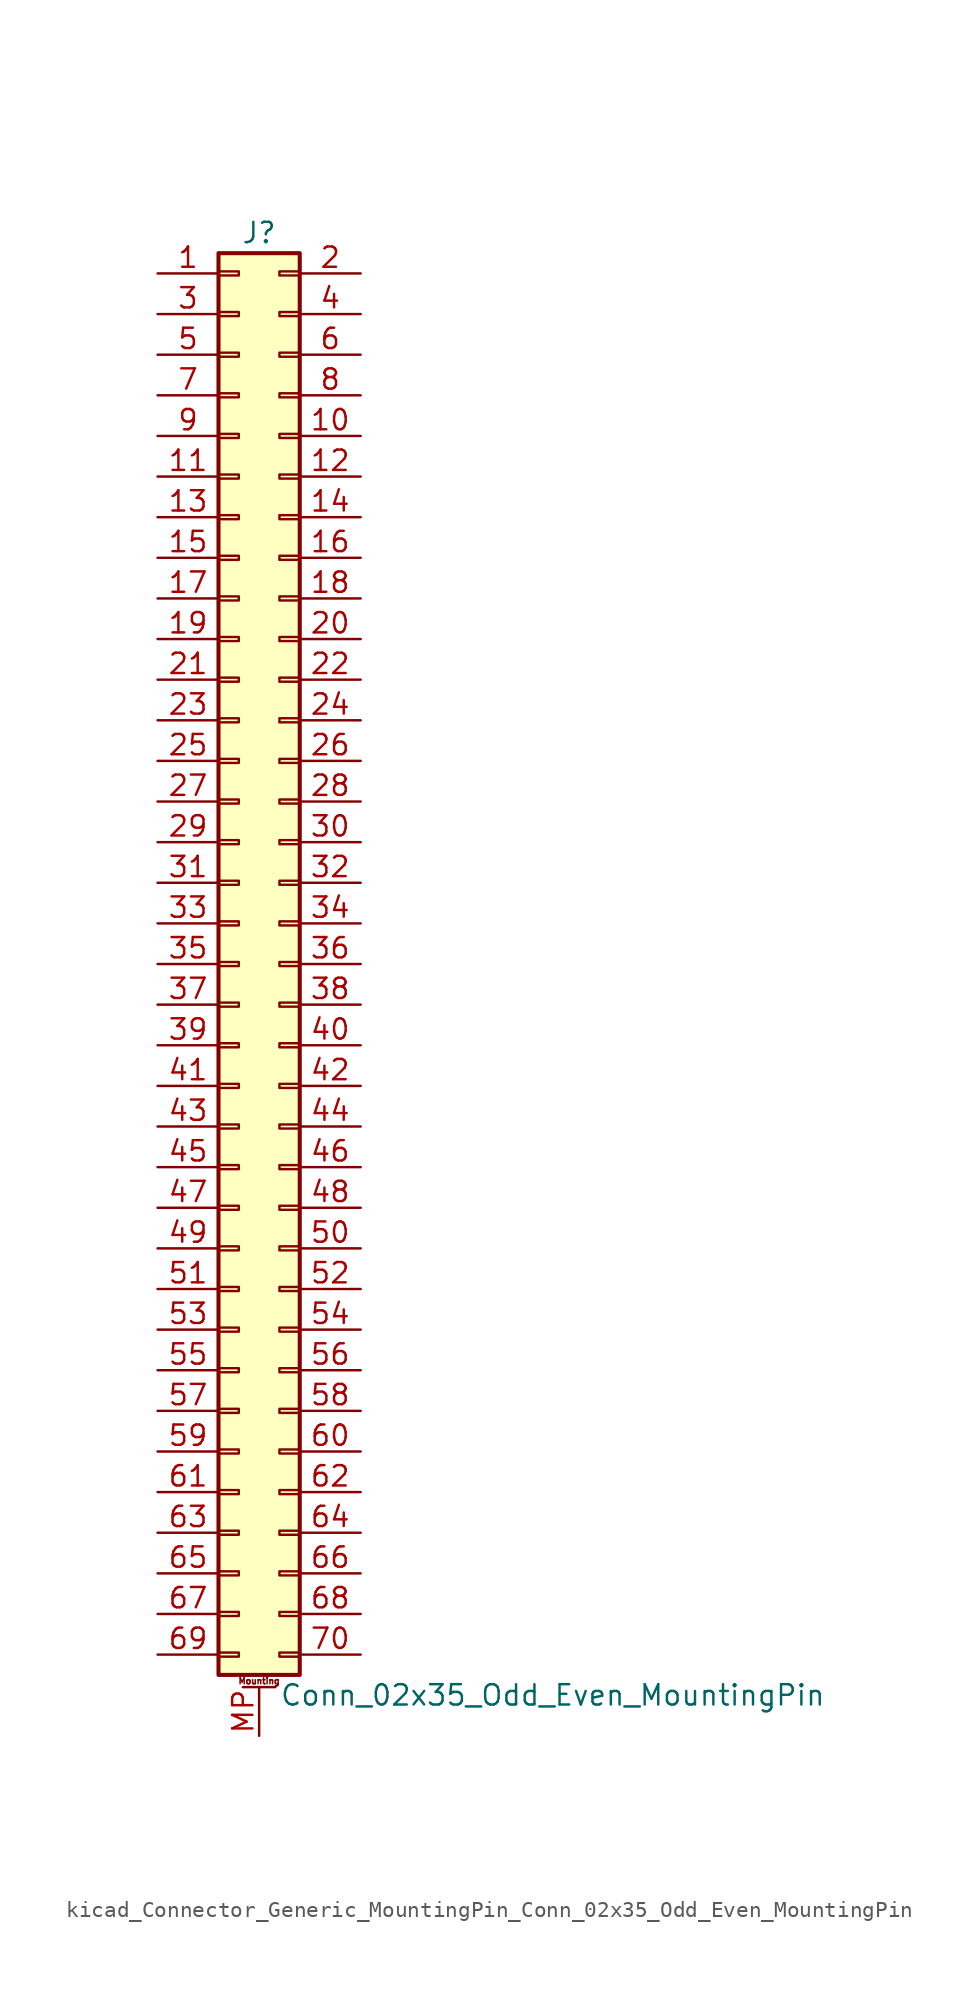
<source format=kicad_sym>
(kicad_symbol_lib
  (version 20220914)
  (generator kicad_symbol_editor)
  (symbol "kicad_Connector_Generic_MountingPin_Conn_02x35_Odd_Even_MountingPin"
    (pin_names
      (offset 1.016) hide)
    (property "Reference" "J"
      (at 1.27 45.72 0)
      (effects (font (size 1.27 1.27))))
    (property "Value" "Conn_02x35_Odd_Even_MountingPin"
      (at 2.54 -45.72 0)
      (effects (font (size 1.27 1.27)) (justify left)))
    (symbol "kicad_Connector_Generic_MountingPin_Conn_02x35_Odd_Even_MountingPin_1_1"
      (rectangle (start -1.27 -43.053) (end 0 -43.307) (stroke (width 0.152) (type default)) (fill (type none)))
      (rectangle (start -1.27 -40.513) (end 0 -40.767) (stroke (width 0.152) (type default)) (fill (type none)))
      (rectangle (start -1.27 -37.973) (end 0 -38.227) (stroke (width 0.152) (type default)) (fill (type none)))
      (rectangle (start -1.27 -35.433) (end 0 -35.687) (stroke (width 0.152) (type default)) (fill (type none)))
      (rectangle (start -1.27 -32.893) (end 0 -33.147) (stroke (width 0.152) (type default)) (fill (type none)))
      (rectangle (start -1.27 -30.353) (end 0 -30.607) (stroke (width 0.152) (type default)) (fill (type none)))
      (rectangle (start -1.27 -27.813) (end 0 -28.067) (stroke (width 0.152) (type default)) (fill (type none)))
      (rectangle (start -1.27 -25.273) (end 0 -25.527) (stroke (width 0.152) (type default)) (fill (type none)))
      (rectangle (start -1.27 -22.733) (end 0 -22.987) (stroke (width 0.152) (type default)) (fill (type none)))
      (rectangle (start -1.27 -20.193) (end 0 -20.447) (stroke (width 0.152) (type default)) (fill (type none)))
      (rectangle (start -1.27 -17.653) (end 0 -17.907) (stroke (width 0.152) (type default)) (fill (type none)))
      (rectangle (start -1.27 -15.113) (end 0 -15.367) (stroke (width 0.152) (type default)) (fill (type none)))
      (rectangle (start -1.27 -12.573) (end 0 -12.827) (stroke (width 0.152) (type default)) (fill (type none)))
      (rectangle (start -1.27 -10.033) (end 0 -10.287) (stroke (width 0.152) (type default)) (fill (type none)))
      (rectangle (start -1.27 -7.493) (end 0 -7.747) (stroke (width 0.152) (type default)) (fill (type none)))
      (rectangle (start -1.27 -4.953) (end 0 -5.207) (stroke (width 0.152) (type default)) (fill (type none)))
      (rectangle (start -1.27 -2.413) (end 0 -2.667) (stroke (width 0.152) (type default)) (fill (type none)))
      (rectangle (start -1.27 0.127) (end 0 -0.127) (stroke (width 0.152) (type default)) (fill (type none)))
      (rectangle (start -1.27 2.667) (end 0 2.413) (stroke (width 0.152) (type default)) (fill (type none)))
      (rectangle (start -1.27 5.207) (end 0 4.953) (stroke (width 0.152) (type default)) (fill (type none)))
      (rectangle (start -1.27 7.747) (end 0 7.493) (stroke (width 0.152) (type default)) (fill (type none)))
      (rectangle (start -1.27 10.287) (end 0 10.033) (stroke (width 0.152) (type default)) (fill (type none)))
      (rectangle (start -1.27 12.827) (end 0 12.573) (stroke (width 0.152) (type default)) (fill (type none)))
      (rectangle (start -1.27 15.367) (end 0 15.113) (stroke (width 0.152) (type default)) (fill (type none)))
      (rectangle (start -1.27 17.907) (end 0 17.653) (stroke (width 0.152) (type default)) (fill (type none)))
      (rectangle (start -1.27 20.447) (end 0 20.193) (stroke (width 0.152) (type default)) (fill (type none)))
      (rectangle (start -1.27 22.987) (end 0 22.733) (stroke (width 0.152) (type default)) (fill (type none)))
      (rectangle (start -1.27 25.527) (end 0 25.273) (stroke (width 0.152) (type default)) (fill (type none)))
      (rectangle (start -1.27 28.067) (end 0 27.813) (stroke (width 0.152) (type default)) (fill (type none)))
      (rectangle (start -1.27 30.607) (end 0 30.353) (stroke (width 0.152) (type default)) (fill (type none)))
      (rectangle (start -1.27 33.147) (end 0 32.893) (stroke (width 0.152) (type default)) (fill (type none)))
      (rectangle (start -1.27 35.687) (end 0 35.433) (stroke (width 0.152) (type default)) (fill (type none)))
      (rectangle (start -1.27 38.227) (end 0 37.973) (stroke (width 0.152) (type default)) (fill (type none)))
      (rectangle (start -1.27 40.767) (end 0 40.513) (stroke (width 0.152) (type default)) (fill (type none)))
      (rectangle (start -1.27 43.307) (end 0 43.053) (stroke (width 0.152) (type default)) (fill (type none)))
      (rectangle (start -1.27 44.45) (end 3.81 -44.45) (stroke (width 0.254) (type default)) (fill (type background)))
      (polyline (pts (xy 0.254 -45.212) (xy 2.286 -45.212)) (stroke (width 0.152) (type default)) (fill (type none)))
      (rectangle (start 3.81 -43.053) (end 2.54 -43.307) (stroke (width 0.152) (type default)) (fill (type none)))
      (rectangle (start 3.81 -40.513) (end 2.54 -40.767) (stroke (width 0.152) (type default)) (fill (type none)))
      (rectangle (start 3.81 -37.973) (end 2.54 -38.227) (stroke (width 0.152) (type default)) (fill (type none)))
      (rectangle (start 3.81 -35.433) (end 2.54 -35.687) (stroke (width 0.152) (type default)) (fill (type none)))
      (rectangle (start 3.81 -32.893) (end 2.54 -33.147) (stroke (width 0.152) (type default)) (fill (type none)))
      (rectangle (start 3.81 -30.353) (end 2.54 -30.607) (stroke (width 0.152) (type default)) (fill (type none)))
      (rectangle (start 3.81 -27.813) (end 2.54 -28.067) (stroke (width 0.152) (type default)) (fill (type none)))
      (rectangle (start 3.81 -25.273) (end 2.54 -25.527) (stroke (width 0.152) (type default)) (fill (type none)))
      (rectangle (start 3.81 -22.733) (end 2.54 -22.987) (stroke (width 0.152) (type default)) (fill (type none)))
      (rectangle (start 3.81 -20.193) (end 2.54 -20.447) (stroke (width 0.152) (type default)) (fill (type none)))
      (rectangle (start 3.81 -17.653) (end 2.54 -17.907) (stroke (width 0.152) (type default)) (fill (type none)))
      (rectangle (start 3.81 -15.113) (end 2.54 -15.367) (stroke (width 0.152) (type default)) (fill (type none)))
      (rectangle (start 3.81 -12.573) (end 2.54 -12.827) (stroke (width 0.152) (type default)) (fill (type none)))
      (rectangle (start 3.81 -10.033) (end 2.54 -10.287) (stroke (width 0.152) (type default)) (fill (type none)))
      (rectangle (start 3.81 -7.493) (end 2.54 -7.747) (stroke (width 0.152) (type default)) (fill (type none)))
      (rectangle (start 3.81 -4.953) (end 2.54 -5.207) (stroke (width 0.152) (type default)) (fill (type none)))
      (rectangle (start 3.81 -2.413) (end 2.54 -2.667) (stroke (width 0.152) (type default)) (fill (type none)))
      (rectangle (start 3.81 0.127) (end 2.54 -0.127) (stroke (width 0.152) (type default)) (fill (type none)))
      (rectangle (start 3.81 2.667) (end 2.54 2.413) (stroke (width 0.152) (type default)) (fill (type none)))
      (rectangle (start 3.81 5.207) (end 2.54 4.953) (stroke (width 0.152) (type default)) (fill (type none)))
      (rectangle (start 3.81 7.747) (end 2.54 7.493) (stroke (width 0.152) (type default)) (fill (type none)))
      (rectangle (start 3.81 10.287) (end 2.54 10.033) (stroke (width 0.152) (type default)) (fill (type none)))
      (rectangle (start 3.81 12.827) (end 2.54 12.573) (stroke (width 0.152) (type default)) (fill (type none)))
      (rectangle (start 3.81 15.367) (end 2.54 15.113) (stroke (width 0.152) (type default)) (fill (type none)))
      (rectangle (start 3.81 17.907) (end 2.54 17.653) (stroke (width 0.152) (type default)) (fill (type none)))
      (rectangle (start 3.81 20.447) (end 2.54 20.193) (stroke (width 0.152) (type default)) (fill (type none)))
      (rectangle (start 3.81 22.987) (end 2.54 22.733) (stroke (width 0.152) (type default)) (fill (type none)))
      (rectangle (start 3.81 25.527) (end 2.54 25.273) (stroke (width 0.152) (type default)) (fill (type none)))
      (rectangle (start 3.81 28.067) (end 2.54 27.813) (stroke (width 0.152) (type default)) (fill (type none)))
      (rectangle (start 3.81 30.607) (end 2.54 30.353) (stroke (width 0.152) (type default)) (fill (type none)))
      (rectangle (start 3.81 33.147) (end 2.54 32.893) (stroke (width 0.152) (type default)) (fill (type none)))
      (rectangle (start 3.81 35.687) (end 2.54 35.433) (stroke (width 0.152) (type default)) (fill (type none)))
      (rectangle (start 3.81 38.227) (end 2.54 37.973) (stroke (width 0.152) (type default)) (fill (type none)))
      (rectangle (start 3.81 40.767) (end 2.54 40.513) (stroke (width 0.152) (type default)) (fill (type none)))
      (rectangle (start 3.81 43.307) (end 2.54 43.053) (stroke (width 0.152) (type default)) (fill (type none)))
      (text "Mounting" (at 1.27 -44.831 0) (effects (font (size 0.381 0.381))))
      (pin passive line (at -5.08 43.18 0) (length 3.81) (name "Pin_1" (effects (font (size 1.27 1.27)))) (number "1" (effects (font (size 1.27 1.27)))))
      (pin passive line (at 7.62 33.02 180) (length 3.81) (name "Pin_10" (effects (font (size 1.27 1.27)))) (number "10" (effects (font (size 1.27 1.27)))))
      (pin passive line (at -5.08 30.48 0) (length 3.81) (name "Pin_11" (effects (font (size 1.27 1.27)))) (number "11" (effects (font (size 1.27 1.27)))))
      (pin passive line (at 7.62 30.48 180) (length 3.81) (name "Pin_12" (effects (font (size 1.27 1.27)))) (number "12" (effects (font (size 1.27 1.27)))))
      (pin passive line (at -5.08 27.94 0) (length 3.81) (name "Pin_13" (effects (font (size 1.27 1.27)))) (number "13" (effects (font (size 1.27 1.27)))))
      (pin passive line (at 7.62 27.94 180) (length 3.81) (name "Pin_14" (effects (font (size 1.27 1.27)))) (number "14" (effects (font (size 1.27 1.27)))))
      (pin passive line (at -5.08 25.4 0) (length 3.81) (name "Pin_15" (effects (font (size 1.27 1.27)))) (number "15" (effects (font (size 1.27 1.27)))))
      (pin passive line (at 7.62 25.4 180) (length 3.81) (name "Pin_16" (effects (font (size 1.27 1.27)))) (number "16" (effects (font (size 1.27 1.27)))))
      (pin passive line (at -5.08 22.86 0) (length 3.81) (name "Pin_17" (effects (font (size 1.27 1.27)))) (number "17" (effects (font (size 1.27 1.27)))))
      (pin passive line (at 7.62 22.86 180) (length 3.81) (name "Pin_18" (effects (font (size 1.27 1.27)))) (number "18" (effects (font (size 1.27 1.27)))))
      (pin passive line (at -5.08 20.32 0) (length 3.81) (name "Pin_19" (effects (font (size 1.27 1.27)))) (number "19" (effects (font (size 1.27 1.27)))))
      (pin passive line (at 7.62 43.18 180) (length 3.81) (name "Pin_2" (effects (font (size 1.27 1.27)))) (number "2" (effects (font (size 1.27 1.27)))))
      (pin passive line (at 7.62 20.32 180) (length 3.81) (name "Pin_20" (effects (font (size 1.27 1.27)))) (number "20" (effects (font (size 1.27 1.27)))))
      (pin passive line (at -5.08 17.78 0) (length 3.81) (name "Pin_21" (effects (font (size 1.27 1.27)))) (number "21" (effects (font (size 1.27 1.27)))))
      (pin passive line (at 7.62 17.78 180) (length 3.81) (name "Pin_22" (effects (font (size 1.27 1.27)))) (number "22" (effects (font (size 1.27 1.27)))))
      (pin passive line (at -5.08 15.24 0) (length 3.81) (name "Pin_23" (effects (font (size 1.27 1.27)))) (number "23" (effects (font (size 1.27 1.27)))))
      (pin passive line (at 7.62 15.24 180) (length 3.81) (name "Pin_24" (effects (font (size 1.27 1.27)))) (number "24" (effects (font (size 1.27 1.27)))))
      (pin passive line (at -5.08 12.7 0) (length 3.81) (name "Pin_25" (effects (font (size 1.27 1.27)))) (number "25" (effects (font (size 1.27 1.27)))))
      (pin passive line (at 7.62 12.7 180) (length 3.81) (name "Pin_26" (effects (font (size 1.27 1.27)))) (number "26" (effects (font (size 1.27 1.27)))))
      (pin passive line (at -5.08 10.16 0) (length 3.81) (name "Pin_27" (effects (font (size 1.27 1.27)))) (number "27" (effects (font (size 1.27 1.27)))))
      (pin passive line (at 7.62 10.16 180) (length 3.81) (name "Pin_28" (effects (font (size 1.27 1.27)))) (number "28" (effects (font (size 1.27 1.27)))))
      (pin passive line (at -5.08 7.62 0) (length 3.81) (name "Pin_29" (effects (font (size 1.27 1.27)))) (number "29" (effects (font (size 1.27 1.27)))))
      (pin passive line (at -5.08 40.64 0) (length 3.81) (name "Pin_3" (effects (font (size 1.27 1.27)))) (number "3" (effects (font (size 1.27 1.27)))))
      (pin passive line (at 7.62 7.62 180) (length 3.81) (name "Pin_30" (effects (font (size 1.27 1.27)))) (number "30" (effects (font (size 1.27 1.27)))))
      (pin passive line (at -5.08 5.08 0) (length 3.81) (name "Pin_31" (effects (font (size 1.27 1.27)))) (number "31" (effects (font (size 1.27 1.27)))))
      (pin passive line (at 7.62 5.08 180) (length 3.81) (name "Pin_32" (effects (font (size 1.27 1.27)))) (number "32" (effects (font (size 1.27 1.27)))))
      (pin passive line (at -5.08 2.54 0) (length 3.81) (name "Pin_33" (effects (font (size 1.27 1.27)))) (number "33" (effects (font (size 1.27 1.27)))))
      (pin passive line (at 7.62 2.54 180) (length 3.81) (name "Pin_34" (effects (font (size 1.27 1.27)))) (number "34" (effects (font (size 1.27 1.27)))))
      (pin passive line (at -5.08 0 0) (length 3.81) (name "Pin_35" (effects (font (size 1.27 1.27)))) (number "35" (effects (font (size 1.27 1.27)))))
      (pin passive line (at 7.62 0 180) (length 3.81) (name "Pin_36" (effects (font (size 1.27 1.27)))) (number "36" (effects (font (size 1.27 1.27)))))
      (pin passive line (at -5.08 -2.54 0) (length 3.81) (name "Pin_37" (effects (font (size 1.27 1.27)))) (number "37" (effects (font (size 1.27 1.27)))))
      (pin passive line (at 7.62 -2.54 180) (length 3.81) (name "Pin_38" (effects (font (size 1.27 1.27)))) (number "38" (effects (font (size 1.27 1.27)))))
      (pin passive line (at -5.08 -5.08 0) (length 3.81) (name "Pin_39" (effects (font (size 1.27 1.27)))) (number "39" (effects (font (size 1.27 1.27)))))
      (pin passive line (at 7.62 40.64 180) (length 3.81) (name "Pin_4" (effects (font (size 1.27 1.27)))) (number "4" (effects (font (size 1.27 1.27)))))
      (pin passive line (at 7.62 -5.08 180) (length 3.81) (name "Pin_40" (effects (font (size 1.27 1.27)))) (number "40" (effects (font (size 1.27 1.27)))))
      (pin passive line (at -5.08 -7.62 0) (length 3.81) (name "Pin_41" (effects (font (size 1.27 1.27)))) (number "41" (effects (font (size 1.27 1.27)))))
      (pin passive line (at 7.62 -7.62 180) (length 3.81) (name "Pin_42" (effects (font (size 1.27 1.27)))) (number "42" (effects (font (size 1.27 1.27)))))
      (pin passive line (at -5.08 -10.16 0) (length 3.81) (name "Pin_43" (effects (font (size 1.27 1.27)))) (number "43" (effects (font (size 1.27 1.27)))))
      (pin passive line (at 7.62 -10.16 180) (length 3.81) (name "Pin_44" (effects (font (size 1.27 1.27)))) (number "44" (effects (font (size 1.27 1.27)))))
      (pin passive line (at -5.08 -12.7 0) (length 3.81) (name "Pin_45" (effects (font (size 1.27 1.27)))) (number "45" (effects (font (size 1.27 1.27)))))
      (pin passive line (at 7.62 -12.7 180) (length 3.81) (name "Pin_46" (effects (font (size 1.27 1.27)))) (number "46" (effects (font (size 1.27 1.27)))))
      (pin passive line (at -5.08 -15.24 0) (length 3.81) (name "Pin_47" (effects (font (size 1.27 1.27)))) (number "47" (effects (font (size 1.27 1.27)))))
      (pin passive line (at 7.62 -15.24 180) (length 3.81) (name "Pin_48" (effects (font (size 1.27 1.27)))) (number "48" (effects (font (size 1.27 1.27)))))
      (pin passive line (at -5.08 -17.78 0) (length 3.81) (name "Pin_49" (effects (font (size 1.27 1.27)))) (number "49" (effects (font (size 1.27 1.27)))))
      (pin passive line (at -5.08 38.1 0) (length 3.81) (name "Pin_5" (effects (font (size 1.27 1.27)))) (number "5" (effects (font (size 1.27 1.27)))))
      (pin passive line (at 7.62 -17.78 180) (length 3.81) (name "Pin_50" (effects (font (size 1.27 1.27)))) (number "50" (effects (font (size 1.27 1.27)))))
      (pin passive line (at -5.08 -20.32 0) (length 3.81) (name "Pin_51" (effects (font (size 1.27 1.27)))) (number "51" (effects (font (size 1.27 1.27)))))
      (pin passive line (at 7.62 -20.32 180) (length 3.81) (name "Pin_52" (effects (font (size 1.27 1.27)))) (number "52" (effects (font (size 1.27 1.27)))))
      (pin passive line (at -5.08 -22.86 0) (length 3.81) (name "Pin_53" (effects (font (size 1.27 1.27)))) (number "53" (effects (font (size 1.27 1.27)))))
      (pin passive line (at 7.62 -22.86 180) (length 3.81) (name "Pin_54" (effects (font (size 1.27 1.27)))) (number "54" (effects (font (size 1.27 1.27)))))
      (pin passive line (at -5.08 -25.4 0) (length 3.81) (name "Pin_55" (effects (font (size 1.27 1.27)))) (number "55" (effects (font (size 1.27 1.27)))))
      (pin passive line (at 7.62 -25.4 180) (length 3.81) (name "Pin_56" (effects (font (size 1.27 1.27)))) (number "56" (effects (font (size 1.27 1.27)))))
      (pin passive line (at -5.08 -27.94 0) (length 3.81) (name "Pin_57" (effects (font (size 1.27 1.27)))) (number "57" (effects (font (size 1.27 1.27)))))
      (pin passive line (at 7.62 -27.94 180) (length 3.81) (name "Pin_58" (effects (font (size 1.27 1.27)))) (number "58" (effects (font (size 1.27 1.27)))))
      (pin passive line (at -5.08 -30.48 0) (length 3.81) (name "Pin_59" (effects (font (size 1.27 1.27)))) (number "59" (effects (font (size 1.27 1.27)))))
      (pin passive line (at 7.62 38.1 180) (length 3.81) (name "Pin_6" (effects (font (size 1.27 1.27)))) (number "6" (effects (font (size 1.27 1.27)))))
      (pin passive line (at 7.62 -30.48 180) (length 3.81) (name "Pin_60" (effects (font (size 1.27 1.27)))) (number "60" (effects (font (size 1.27 1.27)))))
      (pin passive line (at -5.08 -33.02 0) (length 3.81) (name "Pin_61" (effects (font (size 1.27 1.27)))) (number "61" (effects (font (size 1.27 1.27)))))
      (pin passive line (at 7.62 -33.02 180) (length 3.81) (name "Pin_62" (effects (font (size 1.27 1.27)))) (number "62" (effects (font (size 1.27 1.27)))))
      (pin passive line (at -5.08 -35.56 0) (length 3.81) (name "Pin_63" (effects (font (size 1.27 1.27)))) (number "63" (effects (font (size 1.27 1.27)))))
      (pin passive line (at 7.62 -35.56 180) (length 3.81) (name "Pin_64" (effects (font (size 1.27 1.27)))) (number "64" (effects (font (size 1.27 1.27)))))
      (pin passive line (at -5.08 -38.1 0) (length 3.81) (name "Pin_65" (effects (font (size 1.27 1.27)))) (number "65" (effects (font (size 1.27 1.27)))))
      (pin passive line (at 7.62 -38.1 180) (length 3.81) (name "Pin_66" (effects (font (size 1.27 1.27)))) (number "66" (effects (font (size 1.27 1.27)))))
      (pin passive line (at -5.08 -40.64 0) (length 3.81) (name "Pin_67" (effects (font (size 1.27 1.27)))) (number "67" (effects (font (size 1.27 1.27)))))
      (pin passive line (at 7.62 -40.64 180) (length 3.81) (name "Pin_68" (effects (font (size 1.27 1.27)))) (number "68" (effects (font (size 1.27 1.27)))))
      (pin passive line (at -5.08 -43.18 0) (length 3.81) (name "Pin_69" (effects (font (size 1.27 1.27)))) (number "69" (effects (font (size 1.27 1.27)))))
      (pin passive line (at -5.08 35.56 0) (length 3.81) (name "Pin_7" (effects (font (size 1.27 1.27)))) (number "7" (effects (font (size 1.27 1.27)))))
      (pin passive line (at 7.62 -43.18 180) (length 3.81) (name "Pin_70" (effects (font (size 1.27 1.27)))) (number "70" (effects (font (size 1.27 1.27)))))
      (pin passive line (at 7.62 35.56 180) (length 3.81) (name "Pin_8" (effects (font (size 1.27 1.27)))) (number "8" (effects (font (size 1.27 1.27)))))
      (pin passive line (at -5.08 33.02 0) (length 3.81) (name "Pin_9" (effects (font (size 1.27 1.27)))) (number "9" (effects (font (size 1.27 1.27)))))
      (pin passive line (at 1.27 -48.26 90) (length 3.048) (name "MountPin" (effects (font (size 1.27 1.27)))) (number "MP" (effects (font (size 1.27 1.27))))))))
</source>
